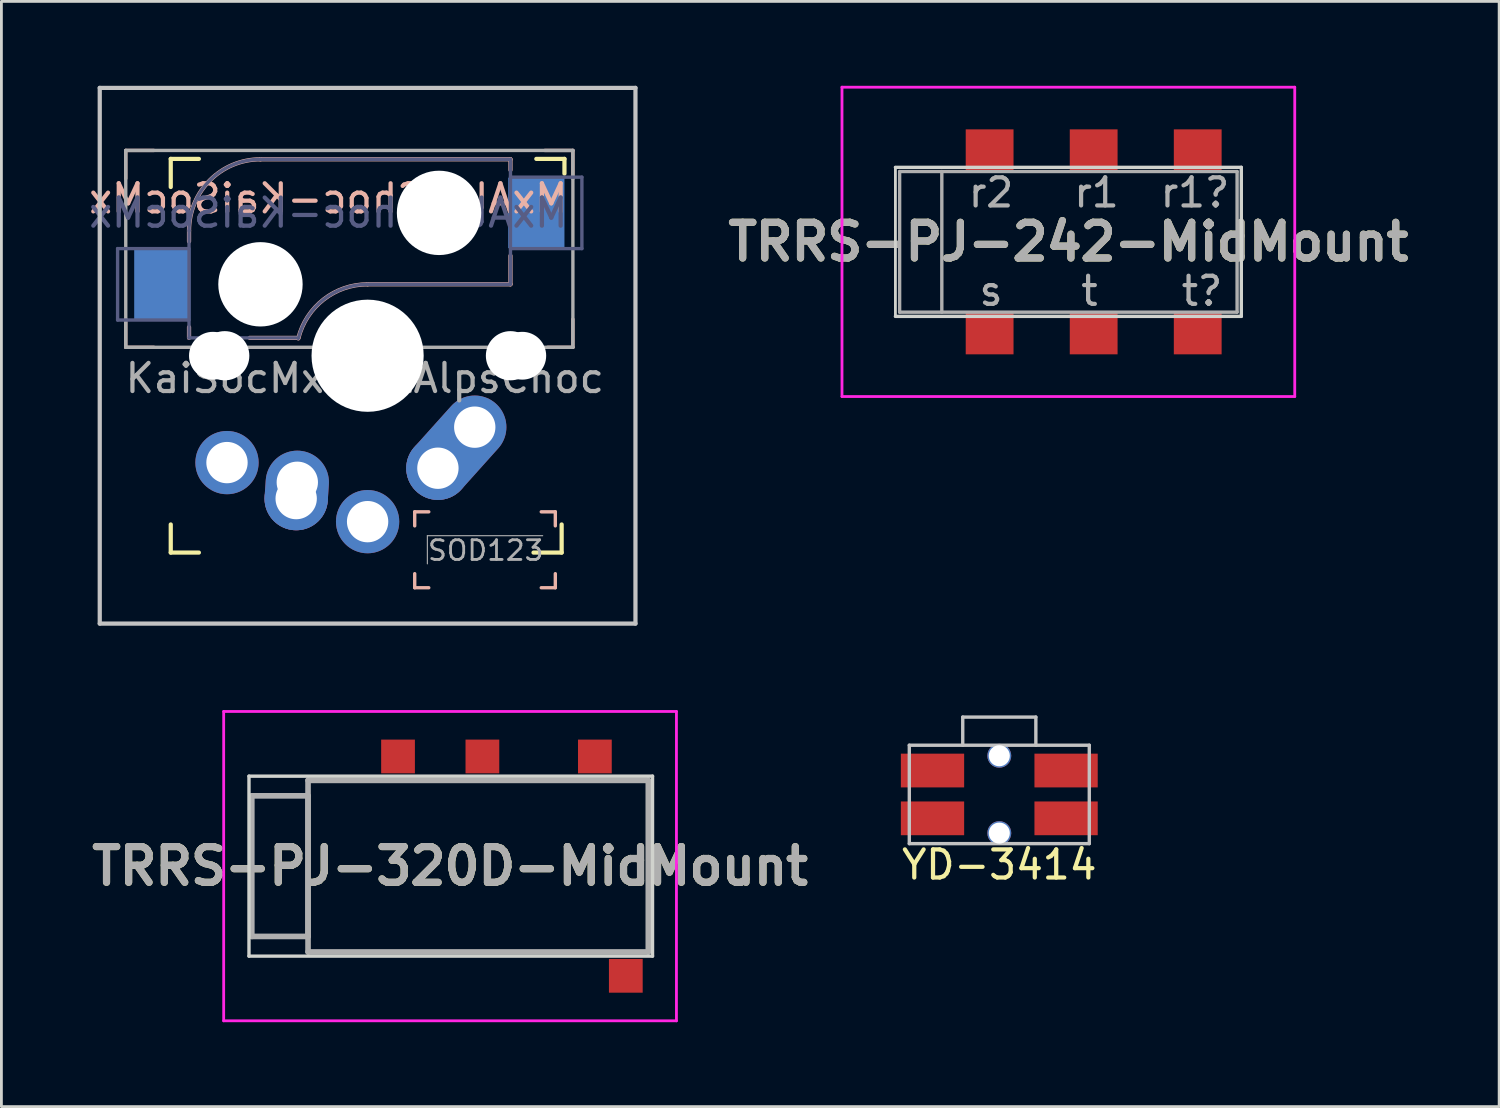
<source format=kicad_pcb>
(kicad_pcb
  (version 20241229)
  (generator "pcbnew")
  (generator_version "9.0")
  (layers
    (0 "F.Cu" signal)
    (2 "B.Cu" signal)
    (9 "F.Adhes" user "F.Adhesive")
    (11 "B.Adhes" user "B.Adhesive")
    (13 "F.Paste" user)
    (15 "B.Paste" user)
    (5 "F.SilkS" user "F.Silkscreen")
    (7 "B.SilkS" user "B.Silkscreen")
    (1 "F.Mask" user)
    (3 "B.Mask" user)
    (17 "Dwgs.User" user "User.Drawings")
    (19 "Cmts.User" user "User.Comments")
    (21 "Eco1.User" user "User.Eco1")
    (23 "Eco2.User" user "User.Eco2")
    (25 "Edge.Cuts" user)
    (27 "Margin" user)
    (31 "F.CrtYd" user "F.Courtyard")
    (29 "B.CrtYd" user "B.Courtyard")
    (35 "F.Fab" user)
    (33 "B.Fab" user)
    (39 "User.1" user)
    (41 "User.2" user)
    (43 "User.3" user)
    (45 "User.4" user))
  (footprint "TRRS-PJ-320D-MidMount"
    (layer "F.Cu")
    (at 12.954 27.75)
    (property "Reference" "TRRS-PJ-320D-MidMount" (at 0 0 0) (layer "F.SilkS") (effects (font (size 1.27 1.27) (thickness 0.254))))
    (attr through_hole)
    (fp_line (start -5.05 -3.05) (end -5.05 3.05) (stroke (width 0.1) (type solid)) (layer "F.SilkS"))
    (fp_line (start -5.05 3.05) (end 4.95 3.05) (stroke (width 0.1) (type solid)) (layer "F.SilkS"))
    (fp_line (start -3.05 -3.05) (end -5.05 -3.05) (stroke (width 0.1) (type solid)) (layer "F.SilkS"))
    (fp_line (start 7.05 -3) (end 7.05 1.5) (stroke (width 0.1) (type solid)) (layer "F.SilkS"))
    (fp_line (start -7.15 -3.2) (end 7.2 -3.2) (stroke (width 0.12) (type solid)) (layer "Edge.Cuts"))
    (fp_line (start -7.15 3.2) (end -7.15 -3.2) (stroke (width 0.12) (type solid)) (layer "Edge.Cuts"))
    (fp_line (start -7.15 3.2) (end 7.2 3.2) (stroke (width 0.12) (type solid)) (layer "Edge.Cuts"))
    (fp_line (start 7.2 3.2) (end 7.2 -3.2) (stroke (width 0.12) (type solid)) (layer "Edge.Cuts"))
    (fp_line (start -8.05 -5.5) (end 8.05 -5.5) (stroke (width 0.1) (type solid)) (layer "F.CrtYd"))
    (fp_line (start -8.05 5.5) (end -8.05 -5.5) (stroke (width 0.1) (type solid)) (layer "F.CrtYd"))
    (fp_line (start 8.05 -5.5) (end 8.05 5.5) (stroke (width 0.1) (type solid)) (layer "F.CrtYd"))
    (fp_line (start 8.05 5.5) (end -8.05 5.5) (stroke (width 0.1) (type solid)) (layer "F.CrtYd"))
    (fp_line (start -7.05 -2.5) (end -7.05 2.5) (stroke (width 0.2) (type solid)) (layer "F.Fab"))
    (fp_line (start -7.05 2.5) (end -5.05 2.5) (stroke (width 0.2) (type solid)) (layer "F.Fab"))
    (fp_line (start -5.05 -3.05) (end 7.05 -3.05) (stroke (width 0.2) (type solid)) (layer "F.Fab"))
    (fp_line (start -5.05 -2.5) (end -7.05 -2.5) (stroke (width 0.2) (type solid)) (layer "F.Fab"))
    (fp_line (start -5.05 2.5) (end -5.05 -2.5) (stroke (width 0.2) (type solid)) (layer "F.Fab"))
    (fp_line (start -5.05 3.05) (end -5.05 -3.05) (stroke (width 0.2) (type solid)) (layer "F.Fab"))
    (fp_line (start 7.05 -3.05) (end 7.05 3.05) (stroke (width 0.2) (type solid)) (layer "F.Fab"))
    (fp_line (start 7.05 3.05) (end -5.05 3.05) (stroke (width 0.2) (type solid)) (layer "F.Fab"))
    (fp_text user "${REFERENCE}" (at 0 0 0) (layer "F.Fab") (effects (font (size 1.27 1.27) (thickness 0.254))))
    (pad "1" smd rect (at 6.25 3.9) (size 1.2 1.2) (layers "F.Cu" "F.Mask" "F.Paste"))
    (pad "2" smd rect (at 5.15 -3.9) (size 1.2 1.2) (layers "F.Cu" "F.Mask" "F.Paste"))
    (pad "3" smd rect (at 1.15 -3.9) (size 1.2 1.2) (layers "F.Cu" "F.Mask" "F.Paste"))
    (pad "4" smd rect (at -1.85 -3.9) (size 1.2 1.2) (layers "F.Cu" "F.Mask" "F.Paste")))
  (footprint "YD-3414"
    (layer "F.Cu")
    (at 32.485 22.45)
    (property "Reference" "YD-3414" (at 0 5.25 0) (layer "F.SilkS") (effects (font (size 1 1) (thickness 0.15))))
    (attr through_hole)
    (fp_line (start -3.2 1) (end -3.2 4.5) (stroke (width 0.12) (type solid)) (layer "Dwgs.User"))
    (fp_line (start -3.2 1) (end 3.2 1) (stroke (width 0.12) (type solid)) (layer "Dwgs.User"))
    (fp_line (start -3.2 4.5) (end 3.2 4.5) (stroke (width 0.12) (type solid)) (layer "Dwgs.User"))
    (fp_line (start -1.3 0) (end 1.3 0) (stroke (width 0.12) (type solid)) (layer "Dwgs.User"))
    (fp_line (start -1.3 1) (end -1.3 0) (stroke (width 0.12) (type solid)) (layer "Dwgs.User"))
    (fp_line (start 1.3 1) (end 1.3 0) (stroke (width 0.12) (type solid)) (layer "Dwgs.User"))
    (fp_line (start 3.2 1) (end 3.2 4.5) (stroke (width 0.12) (type solid)) (layer "Dwgs.User"))
    (pad "1" smd rect (at -2.375 1.9) (size 2.25 1.2) (layers "F.Cu" "F.Mask" "F.Paste"))
    (pad "1" smd rect (at 2.375 1.9) (size 2.25 1.2) (layers "F.Cu" "F.Mask" "F.Paste"))
    (pad "2" smd rect (at -2.375 3.6) (size 2.25 1.2) (layers "F.Cu" "F.Mask" "F.Paste"))
    (pad "2" smd rect (at 2.375 3.6) (size 2.25 1.2) (layers "F.Cu" "F.Mask" "F.Paste"))
    (pad "M1" thru_hole circle (at 0 1.375) (size 0.85 0.85) (drill 0.75) (layers "*.Cu" "*.Mask"))
    (pad "M1" thru_hole circle (at 0 4.125) (size 0.85 0.85) (drill 0.75) (layers "*.Cu" "*.Mask")))
  (footprint "TRRS-PJ-242-MidMount"
    (layer "F.Cu")
    (at 34.941 5.55)
    (property "Reference" "TRRS-PJ-242-MidMount" (at 0 0 0) (layer "F.SilkS") (effects (font (size 1.27 1.27) (thickness 0.254))))
    (attr through_hole)
    (fp_line (start -6.15 -2.65) (end 6.15 -2.65) (stroke (width 0.12) (type solid)) (layer "Edge.Cuts"))
    (fp_line (start -6.15 2.65) (end -6.15 -2.65) (stroke (width 0.1) (type solid)) (layer "Edge.Cuts"))
    (fp_line (start -6.15 2.65) (end 6.15 2.65) (stroke (width 0.12) (type solid)) (layer "Edge.Cuts"))
    (fp_line (start 6.15 2.65) (end 6.15 -2.65) (stroke (width 0.12) (type solid)) (layer "Edge.Cuts"))
    (fp_line (start -8.05 -5.5) (end 8.05 -5.5) (stroke (width 0.1) (type solid)) (layer "F.CrtYd"))
    (fp_line (start -8.05 5.5) (end -8.05 -5.5) (stroke (width 0.1) (type solid)) (layer "F.CrtYd"))
    (fp_line (start 8.05 -5.5) (end 8.05 5.5) (stroke (width 0.1) (type solid)) (layer "F.CrtYd"))
    (fp_line (start 8.05 5.5) (end -8.05 5.5) (stroke (width 0.1) (type solid)) (layer "F.CrtYd"))
    (fp_line (start -6 -2.5) (end 6 -2.5) (stroke (width 0.12) (type solid)) (layer "F.Fab"))
    (fp_line (start -6 2.5) (end -6 -2.5) (stroke (width 0.12) (type solid)) (layer "F.Fab"))
    (fp_line (start -4.5 -2.5) (end -4.5 2.5) (stroke (width 0.12) (type solid)) (layer "F.Fab"))
    (fp_line (start 6 -2.5) (end 6 2.5) (stroke (width 0.12) (type solid)) (layer "F.Fab"))
    (fp_line (start 6 2.5) (end -6 2.5) (stroke (width 0.12) (type solid)) (layer "F.Fab"))
    (fp_text user "s" (at -2.75 1.75 180) (layer "F.Fab") (effects (font (size 1 1) (thickness 0.15))))
    (fp_text user "${REFERENCE}" (at 0 0 0) (layer "F.Fab") (effects (font (size 1.27 1.27) (thickness 0.254))))
    (fp_text user "r1" (at 1 -1.75 0) (layer "F.Fab") (effects (font (size 1 1) (thickness 0.15))))
    (fp_text user "r2" (at -2.75 -1.75 0) (layer "F.Fab") (effects (font (size 1 1) (thickness 0.15))))
    (fp_text user "t?" (at 4.75 1.75 180) (layer "F.Fab") (effects (font (size 1 1) (thickness 0.15))))
    (fp_text user "t" (at 0.75 1.75 180) (layer "F.Fab") (effects (font (size 1 1) (thickness 0.15))))
    (fp_text user "r1?" (at 4.5 -1.75 0) (layer "F.Fab") (effects (font (size 1 1) (thickness 0.15))))
    (pad "1" smd rect (at -2.8 3.25) (size 1.7 1.5) (layers "F.Cu" "F.Mask" "F.Paste"))
    (pad "2" smd rect (at 0.9 3.25) (size 1.7 1.5) (layers "F.Cu" "F.Mask" "F.Paste"))
    (pad "2" smd rect (at 4.6 3.25) (size 1.7 1.5) (layers "F.Cu" "F.Mask" "F.Paste"))
    (pad "3" smd rect (at 0.9 -3.25) (size 1.7 1.5) (layers "F.Cu" "F.Mask" "F.Paste"))
    (pad "3" smd rect (at 4.6 -3.25) (size 1.7 1.5) (layers "F.Cu" "F.Mask" "F.Paste"))
    (pad "4" smd rect (at -2.8 -3.25) (size 1.7 1.5) (layers "F.Cu" "F.Mask" "F.Paste")))
  (footprint "MxAlpsChoc-KaiSocMx"
    (layer "F.Cu")
    (at 10.022 9.6)
    (property "Reference" "MxAlpsChoc-KaiSocMx" (at -1.397 -5.588 0) (layer "B.SilkS") (effects (font (size 1 1) (thickness 0.15)) (justify mirror)))
    (attr through_hole)
    (fp_line (start -7 -6) (end -7 -7) (stroke (width 0.15) (type solid)) (layer "F.SilkS"))
    (fp_line (start -7 7) (end -7 6) (stroke (width 0.15) (type solid)) (layer "F.SilkS"))
    (fp_line (start -7 7) (end -6 7) (stroke (width 0.15) (type solid)) (layer "F.SilkS"))
    (fp_line (start -6 -7) (end -7 -7) (stroke (width 0.15) (type solid)) (layer "F.SilkS"))
    (fp_line (start 5.9 7) (end 6.9 7) (stroke (width 0.15) (type solid)) (layer "F.SilkS"))
    (fp_line (start 6.9 6) (end 6.9 7) (stroke (width 0.15) (type solid)) (layer "F.SilkS"))
    (fp_line (start 7 -7) (end 6 -7) (stroke (width 0.15) (type solid)) (layer "F.SilkS"))
    (fp_line (start 7 -7) (end 7 -6.477) (stroke (width 0.15) (type solid)) (layer "F.SilkS"))
    (fp_line (start -8.6 -7.3) (end -8.6 -6.3) (stroke (width 0.12) (type solid)) (layer "B.SilkS"))
    (fp_line (start -8.6 -7.3) (end -7.6 -7.3) (stroke (width 0.12) (type solid)) (layer "B.SilkS"))
    (fp_line (start -8.6 -0.3) (end -8.6 -1.3) (stroke (width 0.12) (type solid)) (layer "B.SilkS"))
    (fp_line (start -8.6 -0.3) (end -7.6 -0.3) (stroke (width 0.12) (type solid)) (layer "B.SilkS"))
    (fp_line (start -6.35 -4.445) (end -6.35 -4.064) (stroke (width 0.15) (type solid)) (layer "B.SilkS"))
    (fp_line (start -6.35 -1.016) (end -6.35 -0.635) (stroke (width 0.15) (type solid)) (layer "B.SilkS"))
    (fp_line (start -3.81 -6.985) (end 5.08 -6.985) (stroke (width 0.15) (type solid)) (layer "B.SilkS"))
    (fp_line (start -2.464 -0.635) (end -4.191 -0.635) (stroke (width 0.15) (type solid)) (layer "B.SilkS"))
    (fp_line (start 1.675 5.55) (end 1.675 6.05) (stroke (width 0.12) (type solid)) (layer "B.SilkS"))
    (fp_line (start 1.675 8.25) (end 1.675 7.75) (stroke (width 0.12) (type solid)) (layer "B.SilkS"))
    (fp_line (start 1.675 8.25) (end 2.175 8.25) (stroke (width 0.12) (type solid)) (layer "B.SilkS"))
    (fp_line (start 2.175 5.55) (end 1.675 5.55) (stroke (width 0.12) (type solid)) (layer "B.SilkS"))
    (fp_line (start 5.08 -6.985) (end 5.08 -6.604) (stroke (width 0.15) (type solid)) (layer "B.SilkS"))
    (fp_line (start 5.08 -3.556) (end 5.08 -2.54) (stroke (width 0.15) (type solid)) (layer "B.SilkS"))
    (fp_line (start 5.08 -2.54) (end 0 -2.54) (stroke (width 0.15) (type solid)) (layer "B.SilkS"))
    (fp_line (start 6.175 5.55) (end 6.675 5.55) (stroke (width 0.12) (type solid)) (layer "B.SilkS"))
    (fp_line (start 6.175 8.25) (end 6.675 8.25) (stroke (width 0.12) (type solid)) (layer "B.SilkS"))
    (fp_line (start 6.675 5.55) (end 6.675 6.05) (stroke (width 0.12) (type solid)) (layer "B.SilkS"))
    (fp_line (start 6.675 7.75) (end 6.675 8.25) (stroke (width 0.12) (type solid)) (layer "B.SilkS"))
    (fp_line (start 7.3 -7.3) (end 6.3 -7.3) (stroke (width 0.12) (type solid)) (layer "B.SilkS"))
    (fp_line (start 7.3 -7.3) (end 7.3 -6.3) (stroke (width 0.12) (type solid)) (layer "B.SilkS"))
    (fp_line (start 7.3 -0.3) (end 6.4 -0.3) (stroke (width 0.12) (type solid)) (layer "B.SilkS"))
    (fp_line (start 7.3 -0.3) (end 7.3 -1.3) (stroke (width 0.12) (type solid)) (layer "B.SilkS"))
    (fp_arc (start -6.35 -4.445) (mid -5.606051 -6.241051) (end -3.81 -6.985) (stroke (width 0.15) (type solid)) (layer "B.SilkS"))
    (fp_arc (start -2.464162 -0.61604) (mid -1.563147 -2.002042) (end 0 -2.54) (stroke (width 0.15) (type solid)) (layer "B.SilkS"))
    (fp_line (start -9.525 -9.525) (end 9.525 -9.525) (stroke (width 0.15) (type solid)) (layer "Dwgs.User"))
    (fp_line (start -9.525 9.525) (end -9.525 -9.525) (stroke (width 0.15) (type solid)) (layer "Dwgs.User"))
    (fp_line (start 9.525 -9.525) (end 9.525 9.525) (stroke (width 0.15) (type solid)) (layer "Dwgs.User"))
    (fp_line (start 9.525 9.525) (end -9.525 9.525) (stroke (width 0.15) (type solid)) (layer "Dwgs.User"))
    (fp_line (start -8.89 -3.81) (end -6.35 -3.81) (stroke (width 0.12) (type solid)) (layer "B.Fab"))
    (fp_line (start -8.89 -1.27) (end -8.89 -3.81) (stroke (width 0.12) (type solid)) (layer "B.Fab"))
    (fp_line (start -6.35 -1.27) (end -8.89 -1.27) (stroke (width 0.12) (type solid)) (layer "B.Fab"))
    (fp_line (start -6.35 -0.635) (end -6.35 -4.445) (stroke (width 0.12) (type solid)) (layer "B.Fab"))
    (fp_line (start -6.35 -0.635) (end -2.54 -0.635) (stroke (width 0.12) (type solid)) (layer "B.Fab"))
    (fp_line (start -3.81 -6.985) (end 5.08 -6.985) (stroke (width 0.12) (type solid)) (layer "B.Fab"))
    (fp_line (start 5.08 -6.985) (end 5.08 -2.54) (stroke (width 0.12) (type solid)) (layer "B.Fab"))
    (fp_line (start 5.08 -6.35) (end 7.62 -6.35) (stroke (width 0.12) (type solid)) (layer "B.Fab"))
    (fp_line (start 5.08 -2.54) (end 0 -2.54) (stroke (width 0.12) (type solid)) (layer "B.Fab"))
    (fp_line (start 7.62 -6.35) (end 7.62 -3.81) (stroke (width 0.12) (type solid)) (layer "B.Fab"))
    (fp_line (start 7.62 -3.81) (end 5.08 -3.81) (stroke (width 0.12) (type solid)) (layer "B.Fab"))
    (fp_arc (start -6.35 -4.445) (mid -5.606051 -6.241051) (end -3.81 -6.985) (stroke (width 0.12) (type solid)) (layer "B.Fab"))
    (fp_arc (start -2.464162 -0.61604) (mid -1.563147 -2.002042) (end 0 -2.54) (stroke (width 0.12) (type solid)) (layer "B.Fab"))
    (fp_line (start -8.6 -7.3) (end -8.6 -0.3) (stroke (width 0.12) (type solid)) (layer "F.Fab"))
    (fp_line (start -8.6 -7.3) (end 7.3 -7.3) (stroke (width 0.12) (type solid)) (layer "F.Fab"))
    (fp_line (start -8.6 -0.3) (end 7.3 -0.3) (stroke (width 0.12) (type solid)) (layer "F.Fab"))
    (fp_line (start 2.125 6.4) (end 2.125 7.4) (stroke (width 0.04) (type solid)) (layer "F.Fab"))
    (fp_line (start 2.125 6.4) (end 6.225 6.4) (stroke (width 0.04) (type solid)) (layer "F.Fab"))
    (fp_line (start 7.3 -0.3) (end 7.3 -7.3) (stroke (width 0.12) (type solid)) (layer "F.Fab"))
    (fp_text user "${REFERENCE}" (at -1.397 -5.08 0) (layer "B.Fab") (effects (font (size 1 1) (thickness 0.15)) (justify mirror)))
    (fp_text user "KaiSocMx-MxAlpsChoc" (at -0.1 0.8 0) (layer "F.Fab") (effects (font (size 1 1) (thickness 0.15))))
    (fp_text user "SOD123" (at 4.2 6.925 0) (layer "F.Fab") (effects (font (size 0.7 0.7) (thickness 0.1))))
    (pad "" np_thru_hole circle (at -5.5 0 228.1) (size 1.7 1.7) (drill 1.7) (layers "*.Cu" "*.Mask"))
    (pad "" np_thru_hole circle (at -5.08 0 228.1) (size 1.75 1.75) (drill 1.75) (layers "*.Cu" "*.Mask"))
    (pad "" np_thru_hole circle (at -3.81 -2.54) (size 3 3) (drill 3) (layers "*.Cu" "*.Mask"))
    (pad "" np_thru_hole circle (at 0 0 180) (size 3.988 3.988) (drill 3.988) (layers "*.Cu" "*.Mask"))
    (pad "" np_thru_hole circle (at 2.54 -5.08) (size 3 3) (drill 3) (layers "*.Cu" "*.Mask"))
    (pad "" np_thru_hole circle (at 5.08 0 228.1) (size 1.75 1.75) (drill 1.75) (layers "*.Cu" "*.Mask"))
    (pad "" np_thru_hole circle (at 5.5 0 228.1) (size 1.7 1.7) (drill 1.7) (layers "*.Cu" "*.Mask"))
    (pad "1" smd rect (at -7.3 -2.54) (size 2 2.5) (layers "B.Cu" "B.Mask" "B.Paste"))
    (pad "1" thru_hole circle (at -5 3.8 180) (size 2.25 2.25) (drill 1.47) (layers "*.Cu" "*.Mask"))
    (pad "1" thru_hole circle (at -2.54 5.08 180) (size 2.25 2.25) (drill 1.47) (layers "*.Cu" "*.Mask"))
    (pad "1" thru_hole oval (at -2.5 4.5 266.1) (size 2.831 2.25) (drill 1.47 (offset 0.291 0)) (layers "*.Cu" "*.Mask"))
    (pad "2" thru_hole circle (at 0 5.9 180) (size 2.25 2.25) (drill 1.47) (layers "*.Cu" "*.Mask"))
    (pad "2" thru_hole circle (at 2.5 4 180) (size 2.25 2.25) (drill 1.47) (layers "*.Cu" "*.Mask"))
    (pad "2" thru_hole oval (at 3.81 2.54 228.1) (size 4.212 2.25) (drill 1.47 (offset 0.981 0)) (layers "*.Cu" "*.Mask"))
    (pad "2" smd rect (at 6 -5.08) (size 2 2.5) (layers "B.Cu" "B.Mask" "B.Paste")))
  (gr_rect
    (start -3 -3)
    (end 50.26 36.3)
    (stroke (width 0.1) (type default))
    (fill no)
    (layer "Edge.Cuts")))
</source>
